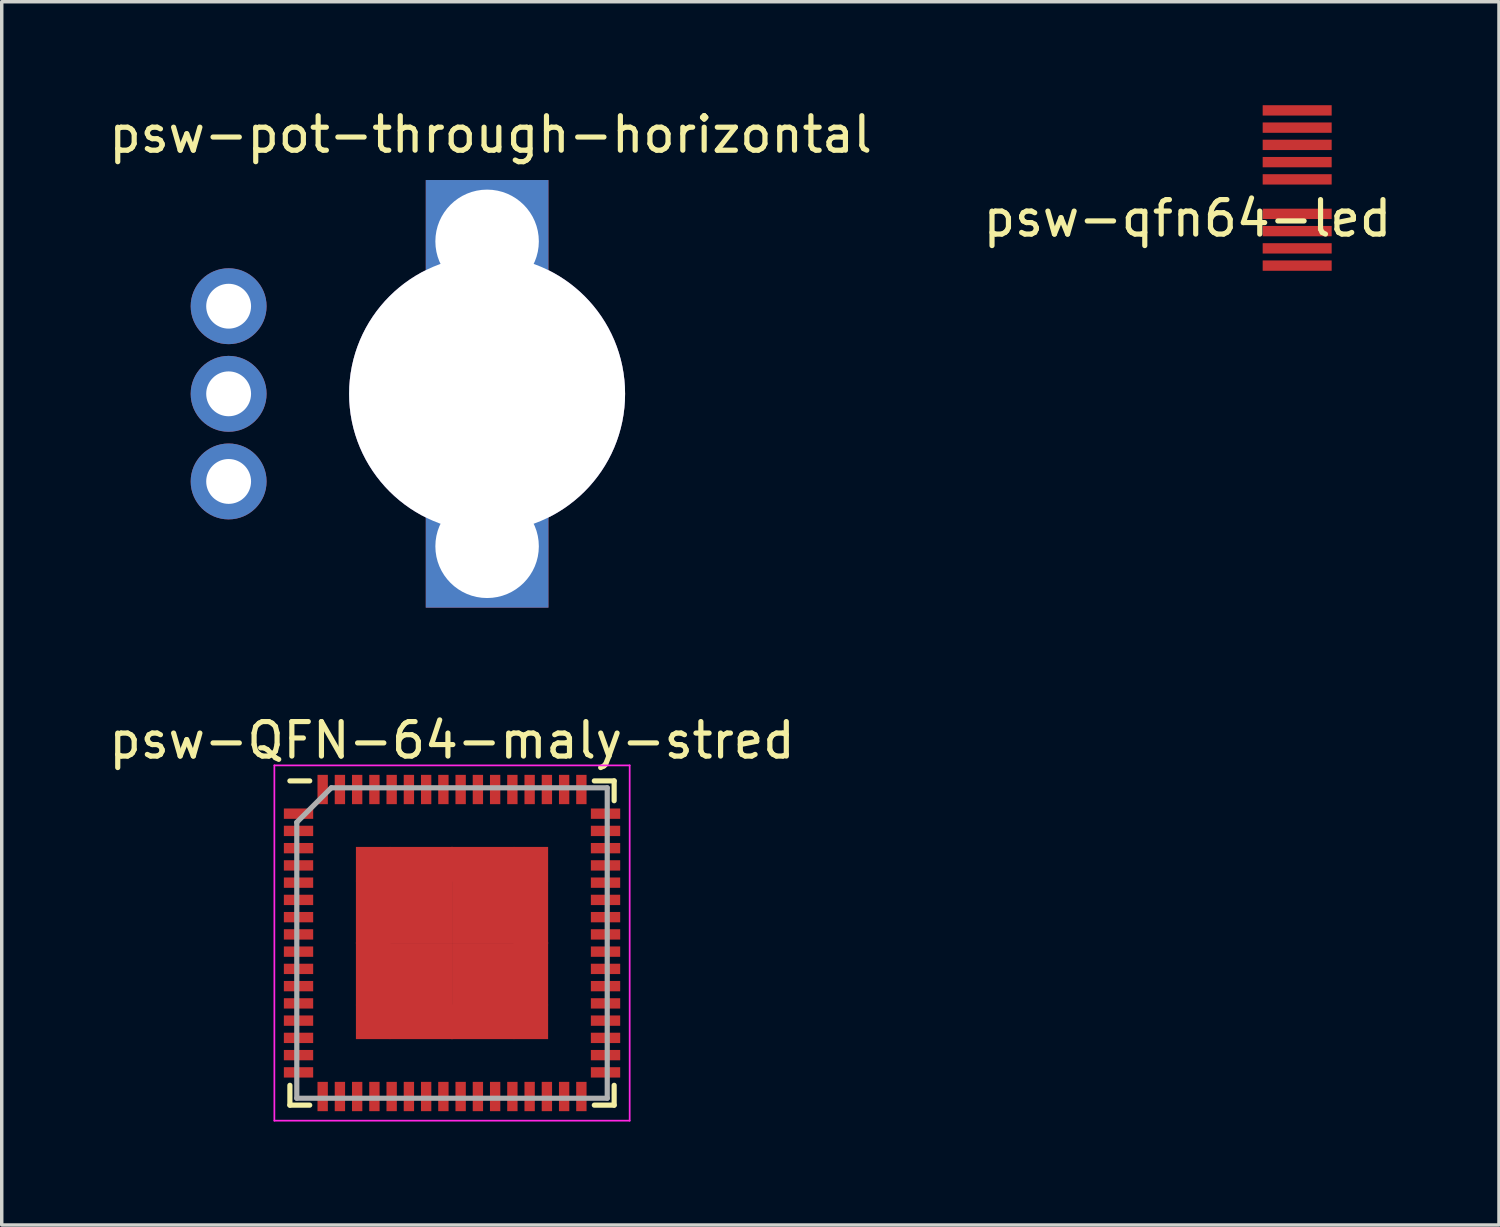
<source format=kicad_pcb>
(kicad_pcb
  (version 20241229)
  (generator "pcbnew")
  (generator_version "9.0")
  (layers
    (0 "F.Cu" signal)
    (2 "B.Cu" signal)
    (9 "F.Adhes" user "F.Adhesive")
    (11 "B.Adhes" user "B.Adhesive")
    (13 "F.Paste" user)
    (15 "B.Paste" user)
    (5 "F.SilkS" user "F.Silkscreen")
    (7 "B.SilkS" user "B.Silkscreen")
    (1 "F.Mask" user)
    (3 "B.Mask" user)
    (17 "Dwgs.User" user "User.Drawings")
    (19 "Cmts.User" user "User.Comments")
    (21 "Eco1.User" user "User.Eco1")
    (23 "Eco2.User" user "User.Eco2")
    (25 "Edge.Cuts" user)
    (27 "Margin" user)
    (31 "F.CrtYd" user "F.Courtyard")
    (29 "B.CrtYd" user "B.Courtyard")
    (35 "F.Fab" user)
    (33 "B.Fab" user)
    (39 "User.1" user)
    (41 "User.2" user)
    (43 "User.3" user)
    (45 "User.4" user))
  (footprint "psw-pot-through-horizontal"
    (layer "F.Cu")
    (at 11.071 8.367)
    (property "Reference" "psw-pot-through-horizontal" (at 0.102 -7.518 0) (layer "F.SilkS") (effects (font (size 1 1) (thickness 0.15))))
    (attr through_hole)
    (fp_circle (center 0.007 0.04) (end 3.257 0.04) (stroke (width 0.1) (type solid)) (fill no) (layer "F.Fab"))
    (pad "0" thru_hole rect (at 0 -4.42) (size 3.556 3.556) (drill 3) (layers "*.Cu" "*.Mask"))
    (pad "0" thru_hole circle (at 0 0) (size 8 8) (drill 8) (layers "*.Cu" "*.Mask"))
    (pad "0" thru_hole rect (at 0 4.42) (size 3.556 3.556) (drill 3) (layers "*.Cu" "*.Mask"))
    (pad "1" thru_hole circle (at -7.493 2.54) (size 2.2 2.2) (drill 1.3) (layers "*.Cu" "*.Mask"))
    (pad "2" thru_hole circle (at -7.493 0) (size 2.2 2.2) (drill 1.3) (layers "*.Cu" "*.Mask"))
    (pad "3" thru_hole circle (at -7.493 -2.54) (size 2.2 2.2) (drill 1.3) (layers "*.Cu" "*.Mask")))
  (footprint "psw-qfn64-led"
    (layer "F.Cu")
    (at 30.105 2.9)
    (property "Reference" "psw-qfn64-led" (at 1.27 0.381 0) (layer "F.SilkS") (effects (font (size 1 1) (thickness 0.15))))
    (attr smd)
    (pad "9" smd rect (at 4.45 -2.75) (size 2 0.3) (layers "F.Cu" "F.Mask" "F.Paste"))
    (pad "37" smd rect (at 4.45 1.75) (size 2 0.3) (layers "F.Cu" "F.Mask" "F.Paste"))
    (pad "38" smd rect (at 4.45 1.25) (size 2 0.3) (layers "F.Cu" "F.Mask" "F.Paste"))
    (pad "39" smd rect (at 4.45 0.75) (size 2 0.3) (layers "F.Cu" "F.Mask" "F.Paste"))
    (pad "40" smd rect (at 4.45 0.25) (size 2 0.3) (layers "F.Cu" "F.Mask" "F.Paste"))
    (pad "42" smd rect (at 4.45 -0.75) (size 2 0.3) (layers "F.Cu" "F.Mask" "F.Paste"))
    (pad "43" smd rect (at 4.45 -1.25) (size 2 0.3) (layers "F.Cu" "F.Mask" "F.Paste"))
    (pad "44" smd rect (at 4.45 -1.75) (size 2 0.3) (layers "F.Cu" "F.Mask" "F.Paste"))
    (pad "45" smd rect (at 4.45 -2.25) (size 2 0.3) (layers "F.Cu" "F.Mask" "F.Paste")))
  (footprint "psw-QFN-64-maly-stred"
    (layer "F.Cu")
    (at 10.054 24.288)
    (property "Reference" "psw-QFN-64-maly-stred" (at 0 -5.875 0) (layer "F.SilkS") (effects (font (size 1 1) (thickness 0.15))))
    (attr smd)
    (fp_line (start -4.7 -4.7) (end -4.125 -4.7) (stroke (width 0.15) (type solid)) (layer "F.SilkS"))
    (fp_line (start -4.7 4.7) (end -4.7 4.125) (stroke (width 0.15) (type solid)) (layer "F.SilkS"))
    (fp_line (start -4.7 4.7) (end -4.125 4.7) (stroke (width 0.15) (type solid)) (layer "F.SilkS"))
    (fp_line (start 4.7 -4.7) (end 4.125 -4.7) (stroke (width 0.15) (type solid)) (layer "F.SilkS"))
    (fp_line (start 4.7 -4.7) (end 4.7 -4.125) (stroke (width 0.15) (type solid)) (layer "F.SilkS"))
    (fp_line (start 4.7 4.7) (end 4.125 4.7) (stroke (width 0.15) (type solid)) (layer "F.SilkS"))
    (fp_line (start 4.7 4.7) (end 4.7 4.125) (stroke (width 0.15) (type solid)) (layer "F.SilkS"))
    (fp_line (start -5.15 -5.15) (end -5.15 5.15) (stroke (width 0.05) (type solid)) (layer "F.CrtYd"))
    (fp_line (start -5.15 -5.15) (end 5.15 -5.15) (stroke (width 0.05) (type solid)) (layer "F.CrtYd"))
    (fp_line (start -5.15 5.15) (end 5.15 5.15) (stroke (width 0.05) (type solid)) (layer "F.CrtYd"))
    (fp_line (start 5.15 -5.15) (end 5.15 5.15) (stroke (width 0.05) (type solid)) (layer "F.CrtYd"))
    (fp_line (start -4.5 -3.5) (end -3.5 -4.5) (stroke (width 0.15) (type solid)) (layer "F.Fab"))
    (fp_line (start -4.5 4.5) (end -4.5 -3.5) (stroke (width 0.15) (type solid)) (layer "F.Fab"))
    (fp_line (start -3.5 -4.5) (end 4.5 -4.5) (stroke (width 0.15) (type solid)) (layer "F.Fab"))
    (fp_line (start 4.5 -4.5) (end 4.5 4.5) (stroke (width 0.15) (type solid)) (layer "F.Fab"))
    (fp_line (start 4.5 4.5) (end -4.5 4.5) (stroke (width 0.15) (type solid)) (layer "F.Fab"))
    (pad "1" smd rect (at -4.45 -3.75) (size 0.85 0.3) (layers "F.Cu" "F.Mask" "F.Paste"))
    (pad "2" smd rect (at -4.45 -3.25) (size 0.85 0.3) (layers "F.Cu" "F.Mask" "F.Paste"))
    (pad "3" smd rect (at -4.45 -2.75) (size 0.85 0.3) (layers "F.Cu" "F.Mask" "F.Paste"))
    (pad "4" smd rect (at -4.45 -2.25) (size 0.85 0.3) (layers "F.Cu" "F.Mask" "F.Paste"))
    (pad "5" smd rect (at -4.45 -1.75) (size 0.85 0.3) (layers "F.Cu" "F.Mask" "F.Paste"))
    (pad "6" smd rect (at -4.45 -1.25) (size 0.85 0.3) (layers "F.Cu" "F.Mask" "F.Paste"))
    (pad "7" smd rect (at -4.45 -0.75) (size 0.85 0.3) (layers "F.Cu" "F.Mask" "F.Paste"))
    (pad "8" smd rect (at -4.45 -0.25) (size 0.85 0.3) (layers "F.Cu" "F.Mask" "F.Paste"))
    (pad "9" smd rect (at -4.45 0.25) (size 0.85 0.3) (layers "F.Cu" "F.Mask" "F.Paste"))
    (pad "10" smd rect (at -4.45 0.75) (size 0.85 0.3) (layers "F.Cu" "F.Mask" "F.Paste"))
    (pad "11" smd rect (at -4.45 1.25) (size 0.85 0.3) (layers "F.Cu" "F.Mask" "F.Paste"))
    (pad "12" smd rect (at -4.45 1.75) (size 0.85 0.3) (layers "F.Cu" "F.Mask" "F.Paste"))
    (pad "13" smd rect (at -4.45 2.25) (size 0.85 0.3) (layers "F.Cu" "F.Mask" "F.Paste"))
    (pad "14" smd rect (at -4.45 2.75) (size 0.85 0.3) (layers "F.Cu" "F.Mask" "F.Paste"))
    (pad "15" smd rect (at -4.45 3.25) (size 0.85 0.3) (layers "F.Cu" "F.Mask" "F.Paste"))
    (pad "16" smd rect (at -4.45 3.75) (size 0.85 0.3) (layers "F.Cu" "F.Mask" "F.Paste"))
    (pad "17" smd rect (at -3.75 4.45 90) (size 0.85 0.3) (layers "F.Cu" "F.Mask" "F.Paste"))
    (pad "18" smd rect (at -3.25 4.45 90) (size 0.85 0.3) (layers "F.Cu" "F.Mask" "F.Paste"))
    (pad "19" smd rect (at -2.75 4.45 90) (size 0.85 0.3) (layers "F.Cu" "F.Mask" "F.Paste"))
    (pad "20" smd rect (at -2.25 4.45 90) (size 0.85 0.3) (layers "F.Cu" "F.Mask" "F.Paste"))
    (pad "21" smd rect (at -1.75 4.45 90) (size 0.85 0.3) (layers "F.Cu" "F.Mask" "F.Paste"))
    (pad "22" smd rect (at -1.25 4.45 90) (size 0.85 0.3) (layers "F.Cu" "F.Mask" "F.Paste"))
    (pad "23" smd rect (at -0.75 4.45 90) (size 0.85 0.3) (layers "F.Cu" "F.Mask" "F.Paste"))
    (pad "24" smd rect (at -0.25 4.45 90) (size 0.85 0.3) (layers "F.Cu" "F.Mask" "F.Paste"))
    (pad "25" smd rect (at 0.25 4.45 90) (size 0.85 0.3) (layers "F.Cu" "F.Mask" "F.Paste"))
    (pad "26" smd rect (at 0.75 4.45 90) (size 0.85 0.3) (layers "F.Cu" "F.Mask" "F.Paste"))
    (pad "27" smd rect (at 1.25 4.45 90) (size 0.85 0.3) (layers "F.Cu" "F.Mask" "F.Paste"))
    (pad "28" smd rect (at 1.75 4.45 90) (size 0.85 0.3) (layers "F.Cu" "F.Mask" "F.Paste"))
    (pad "29" smd rect (at 2.25 4.45 90) (size 0.85 0.3) (layers "F.Cu" "F.Mask" "F.Paste"))
    (pad "30" smd rect (at 2.75 4.45 90) (size 0.85 0.3) (layers "F.Cu" "F.Mask" "F.Paste"))
    (pad "31" smd rect (at 3.25 4.45 90) (size 0.85 0.3) (layers "F.Cu" "F.Mask" "F.Paste"))
    (pad "32" smd rect (at 3.75 4.45 90) (size 0.85 0.3) (layers "F.Cu" "F.Mask" "F.Paste"))
    (pad "33" smd rect (at 4.45 3.75) (size 0.85 0.3) (layers "F.Cu" "F.Mask" "F.Paste"))
    (pad "34" smd rect (at 4.45 3.25) (size 0.85 0.3) (layers "F.Cu" "F.Mask" "F.Paste"))
    (pad "35" smd rect (at 4.45 2.75) (size 0.85 0.3) (layers "F.Cu" "F.Mask" "F.Paste"))
    (pad "36" smd rect (at 4.45 2.25) (size 0.85 0.3) (layers "F.Cu" "F.Mask" "F.Paste"))
    (pad "37" smd rect (at 4.45 1.75) (size 0.85 0.3) (layers "F.Cu" "F.Mask" "F.Paste"))
    (pad "38" smd rect (at 4.45 1.25) (size 0.85 0.3) (layers "F.Cu" "F.Mask" "F.Paste"))
    (pad "39" smd rect (at 4.45 0.75) (size 0.85 0.3) (layers "F.Cu" "F.Mask" "F.Paste"))
    (pad "40" smd rect (at 4.45 0.25) (size 0.85 0.3) (layers "F.Cu" "F.Mask" "F.Paste"))
    (pad "41" smd rect (at 4.45 -0.25) (size 0.85 0.3) (layers "F.Cu" "F.Mask" "F.Paste"))
    (pad "42" smd rect (at 4.45 -0.75) (size 0.85 0.3) (layers "F.Cu" "F.Mask" "F.Paste"))
    (pad "43" smd rect (at 4.45 -1.25) (size 0.85 0.3) (layers "F.Cu" "F.Mask" "F.Paste"))
    (pad "44" smd rect (at 4.45 -1.75) (size 0.85 0.3) (layers "F.Cu" "F.Mask" "F.Paste"))
    (pad "45" smd rect (at 4.45 -2.25) (size 0.85 0.3) (layers "F.Cu" "F.Mask" "F.Paste"))
    (pad "46" smd rect (at 4.45 -2.75) (size 0.85 0.3) (layers "F.Cu" "F.Mask" "F.Paste"))
    (pad "47" smd rect (at 4.45 -3.25) (size 0.85 0.3) (layers "F.Cu" "F.Mask" "F.Paste"))
    (pad "48" smd rect (at 4.45 -3.75) (size 0.85 0.3) (layers "F.Cu" "F.Mask" "F.Paste"))
    (pad "49" smd rect (at 3.75 -4.45 90) (size 0.85 0.3) (layers "F.Cu" "F.Mask" "F.Paste"))
    (pad "50" smd rect (at 3.25 -4.45 90) (size 0.85 0.3) (layers "F.Cu" "F.Mask" "F.Paste"))
    (pad "51" smd rect (at 2.75 -4.45 90) (size 0.85 0.3) (layers "F.Cu" "F.Mask" "F.Paste"))
    (pad "52" smd rect (at 2.25 -4.45 90) (size 0.85 0.3) (layers "F.Cu" "F.Mask" "F.Paste"))
    (pad "53" smd rect (at 1.75 -4.45 90) (size 0.85 0.3) (layers "F.Cu" "F.Mask" "F.Paste"))
    (pad "54" smd rect (at 1.25 -4.45 90) (size 0.85 0.3) (layers "F.Cu" "F.Mask" "F.Paste"))
    (pad "55" smd rect (at 0.75 -4.45 90) (size 0.85 0.3) (layers "F.Cu" "F.Mask" "F.Paste"))
    (pad "56" smd rect (at 0.25 -4.45 90) (size 0.85 0.3) (layers "F.Cu" "F.Mask" "F.Paste"))
    (pad "57" smd rect (at -0.25 -4.45 90) (size 0.85 0.3) (layers "F.Cu" "F.Mask" "F.Paste"))
    (pad "58" smd rect (at -0.75 -4.45 90) (size 0.85 0.3) (layers "F.Cu" "F.Mask" "F.Paste"))
    (pad "59" smd rect (at -1.25 -4.45 90) (size 0.85 0.3) (layers "F.Cu" "F.Mask" "F.Paste"))
    (pad "60" smd rect (at -1.75 -4.45 90) (size 0.85 0.3) (layers "F.Cu" "F.Mask" "F.Paste"))
    (pad "61" smd rect (at -2.25 -4.45 90) (size 0.85 0.3) (layers "F.Cu" "F.Mask" "F.Paste"))
    (pad "62" smd rect (at -2.75 -4.45 90) (size 0.85 0.3) (layers "F.Cu" "F.Mask" "F.Paste"))
    (pad "63" smd rect (at -3.25 -4.45 90) (size 0.85 0.3) (layers "F.Cu" "F.Mask" "F.Paste"))
    (pad "64" smd rect (at -3.75 -4.45 90) (size 0.85 0.3) (layers "F.Cu" "F.Mask" "F.Paste"))
    (pad "65" smd rect (at -2.286 -2.286) (size 1 1) (layers "F.Cu" "F.Mask" "F.Paste"))
    (pad "65" smd rect (at -2.286 -0.889) (size 1 1.837) (layers "F.Cu" "F.Mask" "F.Paste"))
    (pad "65" smd rect (at -2.286 0.889) (size 1 1.837) (layers "F.Cu" "F.Mask" "F.Paste"))
    (pad "65" smd rect (at -2.286 2.286) (size 1 1) (layers "F.Cu" "F.Mask" "F.Paste"))
    (pad "65" smd rect (at -0.919 -0.919) (size 1.837 1.837) (layers "F.Cu" "F.Mask" "F.Paste"))
    (pad "65" smd rect (at -0.919 0.919) (size 1.837 1.837) (layers "F.Cu" "F.Mask" "F.Paste"))
    (pad "65" smd rect (at -0.889 -2.286) (size 1.837 1) (layers "F.Cu" "F.Mask" "F.Paste"))
    (pad "65" smd rect (at -0.889 2.286) (size 1.837 1) (layers "F.Cu" "F.Mask" "F.Paste"))
    (pad "65" smd rect (at 0.889 -2.286) (size 1.837 1) (layers "F.Cu" "F.Mask" "F.Paste"))
    (pad "65" smd rect (at 0.889 2.286) (size 1.837 1) (layers "F.Cu" "F.Mask" "F.Paste"))
    (pad "65" smd rect (at 0.919 -0.919) (size 1.837 1.837) (layers "F.Cu" "F.Mask" "F.Paste"))
    (pad "65" smd rect (at 0.919 0.919) (size 1.837 1.837) (layers "F.Cu" "F.Mask" "F.Paste"))
    (pad "65" smd rect (at 2.286 -2.286) (size 1 1) (layers "F.Cu" "F.Mask" "F.Paste"))
    (pad "65" smd rect (at 2.286 -0.889) (size 1 1.837) (layers "F.Cu" "F.Mask" "F.Paste"))
    (pad "65" smd rect (at 2.286 0.889) (size 1 1.837) (layers "F.Cu" "F.Mask" "F.Paste"))
    (pad "65" smd rect (at 2.286 2.286) (size 1 1) (layers "F.Cu" "F.Mask" "F.Paste")))
  (gr_rect
    (start -3 -3)
    (end 40.405 32.462)
    (stroke (width 0.1) (type default))
    (fill no)
    (layer "Edge.Cuts")))
</source>
